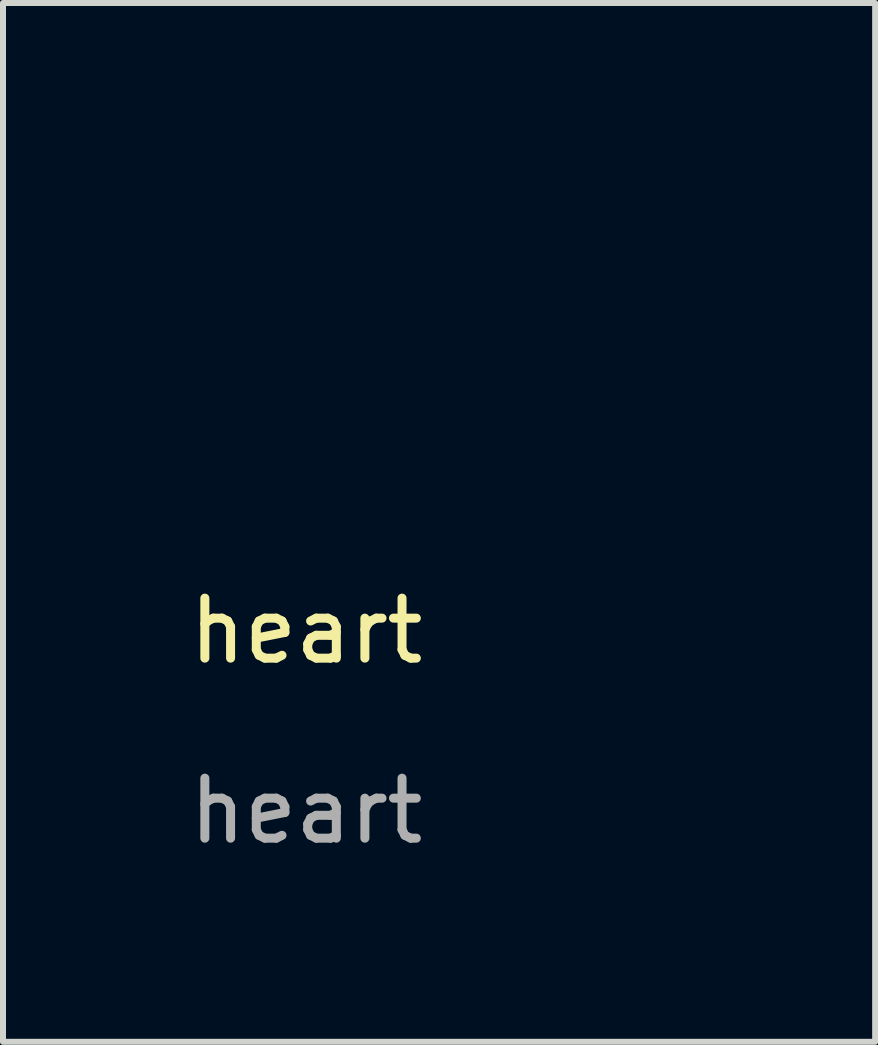
<source format=kicad_pcb>
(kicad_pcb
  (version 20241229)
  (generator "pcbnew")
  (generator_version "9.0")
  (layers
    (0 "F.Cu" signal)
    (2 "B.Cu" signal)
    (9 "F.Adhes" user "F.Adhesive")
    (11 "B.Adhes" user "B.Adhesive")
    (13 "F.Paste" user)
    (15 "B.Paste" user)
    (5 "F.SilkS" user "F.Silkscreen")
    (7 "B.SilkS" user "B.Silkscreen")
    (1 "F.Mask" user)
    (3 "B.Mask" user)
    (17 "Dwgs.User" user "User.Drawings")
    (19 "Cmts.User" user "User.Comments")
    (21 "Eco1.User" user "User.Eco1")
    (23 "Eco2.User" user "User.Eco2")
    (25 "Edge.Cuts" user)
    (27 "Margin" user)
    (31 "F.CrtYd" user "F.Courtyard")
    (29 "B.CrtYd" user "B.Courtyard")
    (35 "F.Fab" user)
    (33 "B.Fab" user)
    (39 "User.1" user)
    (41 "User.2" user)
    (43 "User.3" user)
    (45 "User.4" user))
  (footprint "heart"
    (layer "F.Cu")
    (at 6.564 2.102)
    (property "Reference" "heart" (at -4.51 5.36 0) (unlocked yes) (layer "F.SilkS") (effects (font (size 1 1) (thickness 0.15))))
    (attr smd)
    (fp_line (start -2.212 -0.11) (end -2.21 -0.031) (stroke (width 0.132) (type solid)) (layer "F.Mask"))
    (fp_line (start -2.21 -0.031) (end -2.203 0.048) (stroke (width 0.132) (type solid)) (layer "F.Mask"))
    (fp_line (start -2.209 -0.187) (end -2.212 -0.11) (stroke (width 0.132) (type solid)) (layer "F.Mask"))
    (fp_line (start -2.203 0.048) (end -2.189 0.128) (stroke (width 0.132) (type solid)) (layer "F.Mask"))
    (fp_line (start -2.201 -0.263) (end -2.209 -0.187) (stroke (width 0.132) (type solid)) (layer "F.Mask"))
    (fp_line (start -2.189 0.128) (end -2.189 0.128) (stroke (width 0.132) (type solid)) (layer "F.Mask"))
    (fp_line (start -2.189 0.128) (end -2.174 0.198) (stroke (width 0.132) (type solid)) (layer "F.Mask"))
    (fp_line (start -2.187 -0.337) (end -2.201 -0.263) (stroke (width 0.132) (type solid)) (layer "F.Mask"))
    (fp_line (start -2.174 0.198) (end -2.156 0.268) (stroke (width 0.132) (type solid)) (layer "F.Mask"))
    (fp_line (start -2.169 -0.41) (end -2.187 -0.337) (stroke (width 0.132) (type solid)) (layer "F.Mask"))
    (fp_line (start -2.156 0.268) (end -2.133 0.336) (stroke (width 0.132) (type solid)) (layer "F.Mask"))
    (fp_line (start -2.146 -0.482) (end -2.169 -0.41) (stroke (width 0.132) (type solid)) (layer "F.Mask"))
    (fp_line (start -2.133 0.336) (end -2.108 0.403) (stroke (width 0.132) (type solid)) (layer "F.Mask"))
    (fp_line (start -2.119 -0.551) (end -2.146 -0.482) (stroke (width 0.132) (type solid)) (layer "F.Mask"))
    (fp_line (start -2.108 0.403) (end -2.079 0.468) (stroke (width 0.132) (type solid)) (layer "F.Mask"))
    (fp_line (start -2.087 -0.618) (end -2.119 -0.551) (stroke (width 0.132) (type solid)) (layer "F.Mask"))
    (fp_line (start -2.079 0.468) (end -2.047 0.532) (stroke (width 0.132) (type solid)) (layer "F.Mask"))
    (fp_line (start -2.052 -0.683) (end -2.087 -0.618) (stroke (width 0.132) (type solid)) (layer "F.Mask"))
    (fp_line (start -2.047 0.532) (end -2.012 0.595) (stroke (width 0.132) (type solid)) (layer "F.Mask"))
    (fp_line (start -2.012 -0.746) (end -2.052 -0.683) (stroke (width 0.132) (type solid)) (layer "F.Mask"))
    (fp_line (start -2.012 0.595) (end -1.974 0.655) (stroke (width 0.132) (type solid)) (layer "F.Mask"))
    (fp_line (start -1.974 0.655) (end -1.933 0.714) (stroke (width 0.132) (type solid)) (layer "F.Mask"))
    (fp_line (start -1.969 -0.806) (end -2.012 -0.746) (stroke (width 0.132) (type solid)) (layer "F.Mask"))
    (fp_line (start -1.933 0.714) (end -1.889 0.77) (stroke (width 0.132) (type solid)) (layer "F.Mask"))
    (fp_line (start -1.923 -0.863) (end -1.969 -0.806) (stroke (width 0.132) (type solid)) (layer "F.Mask"))
    (fp_line (start -1.889 0.77) (end -1.842 0.824) (stroke (width 0.132) (type solid)) (layer "F.Mask"))
    (fp_line (start -1.873 -0.917) (end -1.923 -0.863) (stroke (width 0.132) (type solid)) (layer "F.Mask"))
    (fp_line (start -1.842 0.824) (end -1.792 0.876) (stroke (width 0.132) (type solid)) (layer "F.Mask"))
    (fp_line (start -1.819 -0.969) (end -1.873 -0.917) (stroke (width 0.132) (type solid)) (layer "F.Mask"))
    (fp_line (start -1.792 0.876) (end -1.74 0.925) (stroke (width 0.132) (type solid)) (layer "F.Mask"))
    (fp_line (start -1.763 -1.017) (end -1.819 -0.969) (stroke (width 0.132) (type solid)) (layer "F.Mask"))
    (fp_line (start -1.74 0.925) (end -1.686 0.972) (stroke (width 0.132) (type solid)) (layer "F.Mask"))
    (fp_line (start -1.704 -1.061) (end -1.763 -1.017) (stroke (width 0.132) (type solid)) (layer "F.Mask"))
    (fp_line (start -1.686 0.972) (end -1.629 1.016) (stroke (width 0.132) (type solid)) (layer "F.Mask"))
    (fp_line (start -1.643 -1.102) (end -1.704 -1.061) (stroke (width 0.132) (type solid)) (layer "F.Mask"))
    (fp_line (start -1.629 1.016) (end -1.569 1.057) (stroke (width 0.132) (type solid)) (layer "F.Mask"))
    (fp_line (start -1.579 -1.14) (end -1.643 -1.102) (stroke (width 0.132) (type solid)) (layer "F.Mask"))
    (fp_line (start -1.569 1.057) (end -1.569 1.057) (stroke (width 0.132) (type solid)) (layer "F.Mask"))
    (fp_line (start -1.569 1.057) (end -1.484 1.109) (stroke (width 0.132) (type solid)) (layer "F.Mask"))
    (fp_line (start -1.513 -1.173) (end -1.579 -1.14) (stroke (width 0.132) (type solid)) (layer "F.Mask"))
    (fp_line (start -1.484 1.109) (end -1.39 1.16) (stroke (width 0.132) (type solid)) (layer "F.Mask"))
    (fp_line (start -1.444 -1.203) (end -1.513 -1.173) (stroke (width 0.132) (type solid)) (layer "F.Mask"))
    (fp_line (start -1.39 1.16) (end -1.289 1.209) (stroke (width 0.132) (type solid)) (layer "F.Mask"))
    (fp_line (start -1.374 -1.228) (end -1.444 -1.203) (stroke (width 0.132) (type solid)) (layer "F.Mask"))
    (fp_line (start -1.302 -1.249) (end -1.374 -1.228) (stroke (width 0.132) (type solid)) (layer "F.Mask"))
    (fp_line (start -1.289 1.209) (end -1.181 1.257) (stroke (width 0.132) (type solid)) (layer "F.Mask"))
    (fp_line (start -1.229 -1.265) (end -1.302 -1.249) (stroke (width 0.132) (type solid)) (layer "F.Mask"))
    (fp_line (start -1.181 1.257) (end -1.068 1.303) (stroke (width 0.132) (type solid)) (layer "F.Mask"))
    (fp_line (start -1.154 -1.276) (end -1.229 -1.265) (stroke (width 0.132) (type solid)) (layer "F.Mask"))
    (fp_line (start -1.078 -1.283) (end -1.154 -1.276) (stroke (width 0.132) (type solid)) (layer "F.Mask"))
    (fp_line (start -1.068 1.303) (end -0.951 1.348) (stroke (width 0.132) (type solid)) (layer "F.Mask"))
    (fp_line (start -1.001 -1.284) (end -1.078 -1.283) (stroke (width 0.132) (type solid)) (layer "F.Mask"))
    (fp_line (start -0.951 1.348) (end -0.706 1.432) (stroke (width 0.132) (type solid)) (layer "F.Mask"))
    (fp_line (start -0.924 -1.281) (end -1.001 -1.284) (stroke (width 0.132) (type solid)) (layer "F.Mask"))
    (fp_line (start -0.846 -1.272) (end -0.924 -1.281) (stroke (width 0.132) (type solid)) (layer "F.Mask"))
    (fp_line (start -0.767 -1.257) (end -0.846 -1.272) (stroke (width 0.132) (type solid)) (layer "F.Mask"))
    (fp_line (start -0.706 1.432) (end -0.455 1.508) (stroke (width 0.132) (type solid)) (layer "F.Mask"))
    (fp_line (start -0.688 -1.237) (end -0.767 -1.257) (stroke (width 0.132) (type solid)) (layer "F.Mask"))
    (fp_line (start -0.688 -1.237) (end -0.688 -1.237) (stroke (width 0.132) (type solid)) (layer "F.Mask"))
    (fp_line (start -0.671 -1.231) (end -0.688 -1.237) (stroke (width 0.132) (type solid)) (layer "F.Mask"))
    (fp_line (start -0.653 -1.226) (end -0.671 -1.231) (stroke (width 0.132) (type solid)) (layer "F.Mask"))
    (fp_line (start -0.635 -1.219) (end -0.653 -1.226) (stroke (width 0.132) (type solid)) (layer "F.Mask"))
    (fp_line (start -0.618 -1.213) (end -0.635 -1.219) (stroke (width 0.132) (type solid)) (layer "F.Mask"))
    (fp_line (start -0.583 -1.2) (end -0.618 -1.213) (stroke (width 0.132) (type solid)) (layer "F.Mask"))
    (fp_line (start -0.548 -1.186) (end -0.583 -1.2) (stroke (width 0.132) (type solid)) (layer "F.Mask"))
    (fp_line (start -0.548 -1.186) (end -0.548 -1.186) (stroke (width 0.132) (type solid)) (layer "F.Mask"))
    (fp_line (start -0.519 -1.175) (end -0.548 -1.186) (stroke (width 0.132) (type solid)) (layer "F.Mask"))
    (fp_line (start -0.504 -1.169) (end -0.519 -1.175) (stroke (width 0.132) (type solid)) (layer "F.Mask"))
    (fp_line (start -0.489 -1.163) (end -0.504 -1.169) (stroke (width 0.132) (type solid)) (layer "F.Mask"))
    (fp_line (start -0.489 -1.163) (end -0.489 -1.163) (stroke (width 0.132) (type solid)) (layer "F.Mask"))
    (fp_line (start -0.484 -1.178) (end -0.489 -1.163) (stroke (width 0.132) (type solid)) (layer "F.Mask"))
    (fp_line (start -0.478 -1.193) (end -0.484 -1.178) (stroke (width 0.132) (type solid)) (layer "F.Mask"))
    (fp_line (start -0.467 -1.222) (end -0.478 -1.193) (stroke (width 0.132) (type solid)) (layer "F.Mask"))
    (fp_line (start -0.467 -1.222) (end -0.467 -1.222) (stroke (width 0.132) (type solid)) (layer "F.Mask"))
    (fp_line (start -0.455 1.508) (end -0.206 1.577) (stroke (width 0.132) (type solid)) (layer "F.Mask"))
    (fp_line (start -0.454 -1.258) (end -0.467 -1.222) (stroke (width 0.132) (type solid)) (layer "F.Mask"))
    (fp_line (start -0.441 -1.293) (end -0.454 -1.258) (stroke (width 0.132) (type solid)) (layer "F.Mask"))
    (fp_line (start -0.434 -1.31) (end -0.441 -1.293) (stroke (width 0.132) (type solid)) (layer "F.Mask"))
    (fp_line (start -0.427 -1.327) (end -0.434 -1.31) (stroke (width 0.132) (type solid)) (layer "F.Mask"))
    (fp_line (start -0.419 -1.344) (end -0.427 -1.327) (stroke (width 0.132) (type solid)) (layer "F.Mask"))
    (fp_line (start -0.412 -1.361) (end -0.419 -1.344) (stroke (width 0.132) (type solid)) (layer "F.Mask"))
    (fp_line (start -0.412 -1.361) (end -0.412 -1.361) (stroke (width 0.132) (type solid)) (layer "F.Mask"))
    (fp_line (start -0.375 -1.433) (end -0.412 -1.361) (stroke (width 0.132) (type solid)) (layer "F.Mask"))
    (fp_line (start -0.333 -1.502) (end -0.375 -1.433) (stroke (width 0.132) (type solid)) (layer "F.Mask"))
    (fp_line (start -0.288 -1.566) (end -0.333 -1.502) (stroke (width 0.132) (type solid)) (layer "F.Mask"))
    (fp_line (start -0.239 -1.627) (end -0.288 -1.566) (stroke (width 0.132) (type solid)) (layer "F.Mask"))
    (fp_line (start -0.206 1.577) (end 0.034 1.638) (stroke (width 0.132) (type solid)) (layer "F.Mask"))
    (fp_line (start -0.187 -1.683) (end -0.239 -1.627) (stroke (width 0.132) (type solid)) (layer "F.Mask"))
    (fp_line (start -0.132 -1.735) (end -0.187 -1.683) (stroke (width 0.132) (type solid)) (layer "F.Mask"))
    (fp_line (start -0.074 -1.784) (end -0.132 -1.735) (stroke (width 0.132) (type solid)) (layer "F.Mask"))
    (fp_line (start -0.013 -1.828) (end -0.074 -1.784) (stroke (width 0.132) (type solid)) (layer "F.Mask"))
    (fp_line (start 0.034 1.638) (end 0.257 1.69) (stroke (width 0.132) (type solid)) (layer "F.Mask"))
    (fp_line (start 0.05 -1.868) (end -0.013 -1.828) (stroke (width 0.132) (type solid)) (layer "F.Mask"))
    (fp_line (start 0.116 -1.903) (end 0.05 -1.868) (stroke (width 0.132) (type solid)) (layer "F.Mask"))
    (fp_line (start 0.183 -1.935) (end 0.116 -1.903) (stroke (width 0.132) (type solid)) (layer "F.Mask"))
    (fp_line (start 0.252 -1.962) (end 0.183 -1.935) (stroke (width 0.132) (type solid)) (layer "F.Mask"))
    (fp_line (start 0.257 1.69) (end 0.257 1.69) (stroke (width 0.132) (type solid)) (layer "F.Mask"))
    (fp_line (start 0.257 1.69) (end 0.415 1.723) (stroke (width 0.132) (type solid)) (layer "F.Mask"))
    (fp_line (start 0.323 -1.985) (end 0.252 -1.962) (stroke (width 0.132) (type solid)) (layer "F.Mask"))
    (fp_line (start 0.394 -2.004) (end 0.323 -1.985) (stroke (width 0.132) (type solid)) (layer "F.Mask"))
    (fp_line (start 0.415 1.723) (end 0.61 1.762) (stroke (width 0.132) (type solid)) (layer "F.Mask"))
    (fp_line (start 0.467 -2.018) (end 0.394 -2.004) (stroke (width 0.132) (type solid)) (layer "F.Mask"))
    (fp_line (start 0.54 -2.029) (end 0.467 -2.018) (stroke (width 0.132) (type solid)) (layer "F.Mask"))
    (fp_line (start 0.61 1.762) (end 0.846 1.808) (stroke (width 0.132) (type solid)) (layer "F.Mask"))
    (fp_line (start 0.614 -2.034) (end 0.54 -2.029) (stroke (width 0.132) (type solid)) (layer "F.Mask"))
    (fp_line (start 0.687 -2.036) (end 0.614 -2.034) (stroke (width 0.132) (type solid)) (layer "F.Mask"))
    (fp_line (start 0.761 -2.032) (end 0.687 -2.036) (stroke (width 0.132) (type solid)) (layer "F.Mask"))
    (fp_line (start 0.835 -2.025) (end 0.761 -2.032) (stroke (width 0.132) (type solid)) (layer "F.Mask"))
    (fp_line (start 0.846 1.808) (end 0.846 1.808) (stroke (width 0.132) (type solid)) (layer "F.Mask"))
    (fp_line (start 0.846 1.808) (end 0.968 1.601) (stroke (width 0.132) (type solid)) (layer "F.Mask"))
    (fp_line (start 0.908 -2.013) (end 0.835 -2.025) (stroke (width 0.132) (type solid)) (layer "F.Mask"))
    (fp_line (start 0.968 1.601) (end 1.069 1.43) (stroke (width 0.132) (type solid)) (layer "F.Mask"))
    (fp_line (start 0.98 -1.996) (end 0.908 -2.013) (stroke (width 0.132) (type solid)) (layer "F.Mask"))
    (fp_line (start 1.051 -1.975) (end 0.98 -1.996) (stroke (width 0.132) (type solid)) (layer "F.Mask"))
    (fp_line (start 1.069 1.43) (end 1.114 1.352) (stroke (width 0.132) (type solid)) (layer "F.Mask"))
    (fp_line (start 1.114 1.352) (end 1.149 1.289) (stroke (width 0.132) (type solid)) (layer "F.Mask"))
    (fp_line (start 1.121 -1.949) (end 1.051 -1.975) (stroke (width 0.132) (type solid)) (layer "F.Mask"))
    (fp_line (start 1.149 1.289) (end 1.149 1.289) (stroke (width 0.132) (type solid)) (layer "F.Mask"))
    (fp_line (start 1.149 1.289) (end 1.149 1.289) (stroke (width 0.132) (type solid)) (layer "F.Mask"))
    (fp_line (start 1.149 1.289) (end 1.258 1.088) (stroke (width 0.132) (type solid)) (layer "F.Mask"))
    (fp_line (start 1.189 -1.919) (end 1.121 -1.949) (stroke (width 0.132) (type solid)) (layer "F.Mask"))
    (fp_line (start 1.256 -1.884) (end 1.189 -1.919) (stroke (width 0.132) (type solid)) (layer "F.Mask"))
    (fp_line (start 1.258 1.088) (end 1.371 0.868) (stroke (width 0.132) (type solid)) (layer "F.Mask"))
    (fp_line (start 1.321 -1.845) (end 1.256 -1.884) (stroke (width 0.132) (type solid)) (layer "F.Mask"))
    (fp_line (start 1.371 0.868) (end 1.486 0.636) (stroke (width 0.132) (type solid)) (layer "F.Mask"))
    (fp_line (start 1.383 -1.801) (end 1.321 -1.845) (stroke (width 0.132) (type solid)) (layer "F.Mask"))
    (fp_line (start 1.443 -1.752) (end 1.383 -1.801) (stroke (width 0.132) (type solid)) (layer "F.Mask"))
    (fp_line (start 1.486 0.636) (end 1.595 0.398) (stroke (width 0.132) (type solid)) (layer "F.Mask"))
    (fp_line (start 1.5 -1.698) (end 1.443 -1.752) (stroke (width 0.132) (type solid)) (layer "F.Mask"))
    (fp_line (start 1.554 -1.64) (end 1.5 -1.698) (stroke (width 0.132) (type solid)) (layer "F.Mask"))
    (fp_line (start 1.595 0.398) (end 1.695 0.159) (stroke (width 0.132) (type solid)) (layer "F.Mask"))
    (fp_line (start 1.605 -1.577) (end 1.554 -1.64) (stroke (width 0.132) (type solid)) (layer "F.Mask"))
    (fp_line (start 1.605 -1.577) (end 1.605 -1.577) (stroke (width 0.132) (type solid)) (layer "F.Mask"))
    (fp_line (start 1.648 -1.519) (end 1.605 -1.577) (stroke (width 0.132) (type solid)) (layer "F.Mask"))
    (fp_line (start 1.688 -1.459) (end 1.648 -1.519) (stroke (width 0.132) (type solid)) (layer "F.Mask"))
    (fp_line (start 1.695 0.159) (end 1.739 0.042) (stroke (width 0.132) (type solid)) (layer "F.Mask"))
    (fp_line (start 1.724 -1.397) (end 1.688 -1.459) (stroke (width 0.132) (type solid)) (layer "F.Mask"))
    (fp_line (start 1.739 0.042) (end 1.78 -0.073) (stroke (width 0.132) (type solid)) (layer "F.Mask"))
    (fp_line (start 1.757 -1.333) (end 1.724 -1.397) (stroke (width 0.132) (type solid)) (layer "F.Mask"))
    (fp_line (start 1.78 -0.073) (end 1.816 -0.185) (stroke (width 0.132) (type solid)) (layer "F.Mask"))
    (fp_line (start 1.787 -1.268) (end 1.757 -1.333) (stroke (width 0.132) (type solid)) (layer "F.Mask"))
    (fp_line (start 1.813 -1.202) (end 1.787 -1.268) (stroke (width 0.132) (type solid)) (layer "F.Mask"))
    (fp_line (start 1.816 -0.185) (end 1.846 -0.294) (stroke (width 0.132) (type solid)) (layer "F.Mask"))
    (fp_line (start 1.836 -1.134) (end 1.813 -1.202) (stroke (width 0.132) (type solid)) (layer "F.Mask"))
    (fp_line (start 1.846 -0.294) (end 1.87 -0.398) (stroke (width 0.132) (type solid)) (layer "F.Mask"))
    (fp_line (start 1.856 -1.066) (end 1.836 -1.134) (stroke (width 0.132) (type solid)) (layer "F.Mask"))
    (fp_line (start 1.87 -0.398) (end 1.888 -0.496) (stroke (width 0.132) (type solid)) (layer "F.Mask"))
    (fp_line (start 1.873 -0.996) (end 1.856 -1.066) (stroke (width 0.132) (type solid)) (layer "F.Mask"))
    (fp_line (start 1.886 -0.926) (end 1.873 -0.996) (stroke (width 0.132) (type solid)) (layer "F.Mask"))
    (fp_line (start 1.888 -0.496) (end 1.888 -0.496) (stroke (width 0.132) (type solid)) (layer "F.Mask"))
    (fp_line (start 1.888 -0.496) (end 1.897 -0.568) (stroke (width 0.132) (type solid)) (layer "F.Mask"))
    (fp_line (start 1.895 -0.855) (end 1.886 -0.926) (stroke (width 0.132) (type solid)) (layer "F.Mask"))
    (fp_line (start 1.897 -0.568) (end 1.902 -0.64) (stroke (width 0.132) (type solid)) (layer "F.Mask"))
    (fp_line (start 1.901 -0.783) (end 1.895 -0.855) (stroke (width 0.132) (type solid)) (layer "F.Mask"))
    (fp_line (start 1.902 -0.64) (end 1.903 -0.712) (stroke (width 0.132) (type solid)) (layer "F.Mask"))
    (fp_line (start 1.903 -0.712) (end 1.901 -0.783) (stroke (width 0.132) (type solid)) (layer "F.Mask"))
    (fp_poly (pts (xy 0.761 -2.032) (xy 0.835 -2.025) (xy 0.908 -2.013) (xy 0.98 -1.996) (xy 1.051 -1.975) (xy 1.121 -1.949) (xy 1.189 -1.919) (xy 1.256 -1.884) (xy 1.321 -1.845) (xy 1.383 -1.801) (xy 1.443 -1.752) (xy 1.5 -1.698) (xy 1.554 -1.64) (xy 1.605 -1.577) (xy 1.648 -1.519) (xy 1.688 -1.459) (xy 1.724 -1.397) (xy 1.757 -1.333) (xy 1.787 -1.268) (xy 1.813 -1.202) (xy 1.836 -1.134) (xy 1.856 -1.066) (xy 1.873 -0.996) (xy 1.886 -0.926) (xy 1.895 -0.855) (xy 1.901 -0.783) (xy 1.903 -0.712) (xy 1.902 -0.64) (xy 1.897 -0.568) (xy 1.888 -0.496) (xy 1.87 -0.398) (xy 1.846 -0.294) (xy 1.816 -0.185) (xy 1.78 -0.073) (xy 1.739 0.042) (xy 1.695 0.159) (xy 1.595 0.398) (xy 1.486 0.636) (xy 1.371 0.868) (xy 1.258 1.088) (xy 1.149 1.289) (xy 1.114 1.352) (xy 1.069 1.43) (xy 0.968 1.601) (xy 0.846 1.808) (xy 0.61 1.762) (xy 0.415 1.723) (xy 0.257 1.69) (xy 0.034 1.638) (xy -0.206 1.577) (xy -0.455 1.508) (xy -0.706 1.432) (xy -0.951 1.348) (xy -1.068 1.303) (xy -1.181 1.257) (xy -1.289 1.209) (xy -1.39 1.16) (xy -1.484 1.109) (xy -1.569 1.057) (xy -1.629 1.016) (xy -1.686 0.972) (xy -1.74 0.925) (xy -1.792 0.876) (xy -1.842 0.824) (xy -1.889 0.77) (xy -1.933 0.714) (xy -1.974 0.655) (xy -2.012 0.595) (xy -2.047 0.532) (xy -2.079 0.468) (xy -2.108 0.403) (xy -2.133 0.336) (xy -2.156 0.268) (xy -2.174 0.198) (xy -2.189 0.128) (xy -2.203 0.048) (xy -2.21 -0.031) (xy -2.212 -0.11) (xy -2.209 -0.187) (xy -2.201 -0.263) (xy -2.187 -0.337) (xy -2.169 -0.41) (xy -2.146 -0.482) (xy -2.119 -0.551) (xy -2.087 -0.618) (xy -2.052 -0.683) (xy -2.012 -0.746) (xy -1.969 -0.806) (xy -1.923 -0.863) (xy -1.873 -0.917) (xy -1.819 -0.969) (xy -1.763 -1.017) (xy -1.704 -1.061) (xy -1.643 -1.102) (xy -1.579 -1.14) (xy -1.513 -1.173) (xy -1.444 -1.203) (xy -1.374 -1.228) (xy -1.302 -1.249) (xy -1.229 -1.265) (xy -1.154 -1.276) (xy -1.078 -1.283) (xy -1.001 -1.284) (xy -0.924 -1.281) (xy -0.846 -1.272) (xy -0.767 -1.257) (xy -0.688 -1.237) (xy -0.671 -1.231) (xy -0.653 -1.226) (xy -0.635 -1.219) (xy -0.618 -1.213) (xy -0.583 -1.2) (xy -0.548 -1.186) (xy -0.519 -1.175) (xy -0.504 -1.169) (xy -0.489 -1.163) (xy -0.484 -1.178) (xy -0.478 -1.193) (xy -0.467 -1.222) (xy -0.454 -1.258) (xy -0.441 -1.293) (xy -0.434 -1.31) (xy -0.427 -1.327) (xy -0.419 -1.344) (xy -0.412 -1.361) (xy -0.375 -1.433) (xy -0.333 -1.502) (xy -0.288 -1.566) (xy -0.239 -1.627) (xy -0.187 -1.683) (xy -0.132 -1.735) (xy -0.074 -1.784) (xy -0.013 -1.828) (xy 0.05 -1.868) (xy 0.116 -1.903) (xy 0.183 -1.935) (xy 0.252 -1.962) (xy 0.323 -1.985) (xy 0.394 -2.004) (xy 0.467 -2.018) (xy 0.54 -2.029) (xy 0.614 -2.034) (xy 0.687 -2.036)) (stroke (width 0) (type solid)) (fill yes) (layer "F.Mask"))
    (fp_text user "${REFERENCE}" (at -4.51 8.36 0) (unlocked yes) (layer "F.Fab") (effects (font (size 1 1) (thickness 0.15)))))
  (gr_rect
    (start -3 -3)
    (end 11.533 14.31)
    (stroke (width 0.1) (type default))
    (fill no)
    (layer "Edge.Cuts")))
</source>
